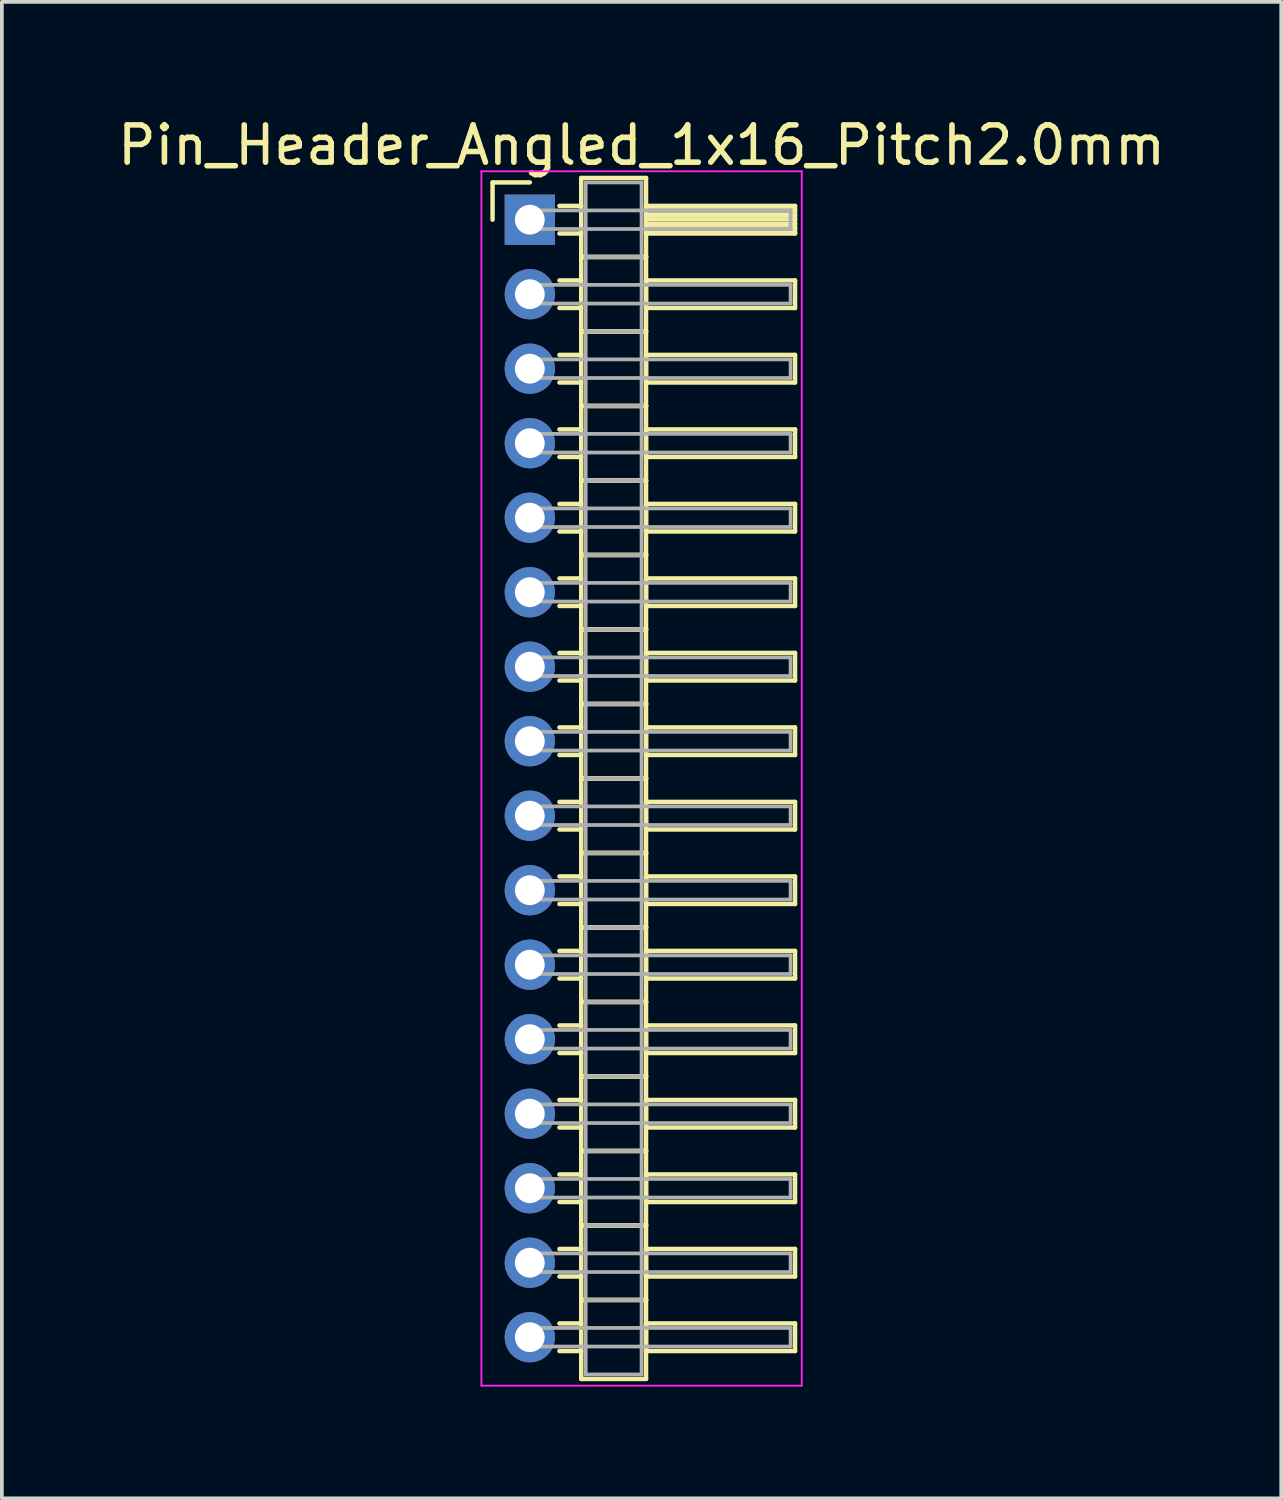
<source format=kicad_pcb>
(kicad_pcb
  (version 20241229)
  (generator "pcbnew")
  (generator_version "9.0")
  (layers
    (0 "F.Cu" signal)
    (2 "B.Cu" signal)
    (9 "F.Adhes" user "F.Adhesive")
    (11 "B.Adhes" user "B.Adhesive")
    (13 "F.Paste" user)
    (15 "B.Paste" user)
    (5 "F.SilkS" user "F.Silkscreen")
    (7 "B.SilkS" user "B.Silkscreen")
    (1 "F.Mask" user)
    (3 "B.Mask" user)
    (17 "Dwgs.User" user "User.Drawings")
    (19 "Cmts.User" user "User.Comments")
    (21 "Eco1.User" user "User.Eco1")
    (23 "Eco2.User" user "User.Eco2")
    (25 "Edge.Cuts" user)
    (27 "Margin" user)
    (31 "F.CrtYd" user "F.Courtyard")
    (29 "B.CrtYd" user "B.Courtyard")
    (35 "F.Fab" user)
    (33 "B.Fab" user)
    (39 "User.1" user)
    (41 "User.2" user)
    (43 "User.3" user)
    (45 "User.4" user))
  (footprint "Pin_Header_Angled_1x16_Pitch2.0mm"
    (layer "F.Cu")
    (at 11.173 2.848)
    (property "Reference" "Pin_Header_Angled_1x16_Pitch2.0mm" (at 3 -2 0) (layer "F.SilkS") (effects (font (size 1 1) (thickness 0.15))))
    (attr through_hole)
    (fp_line (start -1 -1) (end 0 -1) (stroke (width 0.12) (type solid)) (layer "F.SilkS"))
    (fp_line (start -1 0) (end -1 -1) (stroke (width 0.12) (type solid)) (layer "F.SilkS"))
    (fp_line (start 0.795 -0.37) (end 1.38 -0.37) (stroke (width 0.12) (type solid)) (layer "F.SilkS"))
    (fp_line (start 0.795 0.37) (end 1.38 0.37) (stroke (width 0.12) (type solid)) (layer "F.SilkS"))
    (fp_line (start 0.795 1.63) (end 1.38 1.63) (stroke (width 0.12) (type solid)) (layer "F.SilkS"))
    (fp_line (start 0.795 2.37) (end 1.38 2.37) (stroke (width 0.12) (type solid)) (layer "F.SilkS"))
    (fp_line (start 0.795 3.63) (end 1.38 3.63) (stroke (width 0.12) (type solid)) (layer "F.SilkS"))
    (fp_line (start 0.795 4.37) (end 1.38 4.37) (stroke (width 0.12) (type solid)) (layer "F.SilkS"))
    (fp_line (start 0.795 5.63) (end 1.38 5.63) (stroke (width 0.12) (type solid)) (layer "F.SilkS"))
    (fp_line (start 0.795 6.37) (end 1.38 6.37) (stroke (width 0.12) (type solid)) (layer "F.SilkS"))
    (fp_line (start 0.795 7.63) (end 1.38 7.63) (stroke (width 0.12) (type solid)) (layer "F.SilkS"))
    (fp_line (start 0.795 8.37) (end 1.38 8.37) (stroke (width 0.12) (type solid)) (layer "F.SilkS"))
    (fp_line (start 0.795 9.63) (end 1.38 9.63) (stroke (width 0.12) (type solid)) (layer "F.SilkS"))
    (fp_line (start 0.795 10.37) (end 1.38 10.37) (stroke (width 0.12) (type solid)) (layer "F.SilkS"))
    (fp_line (start 0.795 11.63) (end 1.38 11.63) (stroke (width 0.12) (type solid)) (layer "F.SilkS"))
    (fp_line (start 0.795 12.37) (end 1.38 12.37) (stroke (width 0.12) (type solid)) (layer "F.SilkS"))
    (fp_line (start 0.795 13.63) (end 1.38 13.63) (stroke (width 0.12) (type solid)) (layer "F.SilkS"))
    (fp_line (start 0.795 14.37) (end 1.38 14.37) (stroke (width 0.12) (type solid)) (layer "F.SilkS"))
    (fp_line (start 0.795 15.63) (end 1.38 15.63) (stroke (width 0.12) (type solid)) (layer "F.SilkS"))
    (fp_line (start 0.795 16.37) (end 1.38 16.37) (stroke (width 0.12) (type solid)) (layer "F.SilkS"))
    (fp_line (start 0.795 17.63) (end 1.38 17.63) (stroke (width 0.12) (type solid)) (layer "F.SilkS"))
    (fp_line (start 0.795 18.37) (end 1.38 18.37) (stroke (width 0.12) (type solid)) (layer "F.SilkS"))
    (fp_line (start 0.795 19.63) (end 1.38 19.63) (stroke (width 0.12) (type solid)) (layer "F.SilkS"))
    (fp_line (start 0.795 20.37) (end 1.38 20.37) (stroke (width 0.12) (type solid)) (layer "F.SilkS"))
    (fp_line (start 0.795 21.63) (end 1.38 21.63) (stroke (width 0.12) (type solid)) (layer "F.SilkS"))
    (fp_line (start 0.795 22.37) (end 1.38 22.37) (stroke (width 0.12) (type solid)) (layer "F.SilkS"))
    (fp_line (start 0.795 23.63) (end 1.38 23.63) (stroke (width 0.12) (type solid)) (layer "F.SilkS"))
    (fp_line (start 0.795 24.37) (end 1.38 24.37) (stroke (width 0.12) (type solid)) (layer "F.SilkS"))
    (fp_line (start 0.795 25.63) (end 1.38 25.63) (stroke (width 0.12) (type solid)) (layer "F.SilkS"))
    (fp_line (start 0.795 26.37) (end 1.38 26.37) (stroke (width 0.12) (type solid)) (layer "F.SilkS"))
    (fp_line (start 0.795 27.63) (end 1.38 27.63) (stroke (width 0.12) (type solid)) (layer "F.SilkS"))
    (fp_line (start 0.795 28.37) (end 1.38 28.37) (stroke (width 0.12) (type solid)) (layer "F.SilkS"))
    (fp_line (start 0.795 29.63) (end 1.38 29.63) (stroke (width 0.12) (type solid)) (layer "F.SilkS"))
    (fp_line (start 0.795 30.37) (end 1.38 30.37) (stroke (width 0.12) (type solid)) (layer "F.SilkS"))
    (fp_line (start 1.38 -1.12) (end 1.38 1) (stroke (width 0.12) (type solid)) (layer "F.SilkS"))
    (fp_line (start 1.38 1) (end 1.38 3) (stroke (width 0.12) (type solid)) (layer "F.SilkS"))
    (fp_line (start 1.38 1) (end 3.12 1) (stroke (width 0.12) (type solid)) (layer "F.SilkS"))
    (fp_line (start 1.38 3) (end 1.38 5) (stroke (width 0.12) (type solid)) (layer "F.SilkS"))
    (fp_line (start 1.38 3) (end 3.12 3) (stroke (width 0.12) (type solid)) (layer "F.SilkS"))
    (fp_line (start 1.38 5) (end 1.38 7) (stroke (width 0.12) (type solid)) (layer "F.SilkS"))
    (fp_line (start 1.38 5) (end 3.12 5) (stroke (width 0.12) (type solid)) (layer "F.SilkS"))
    (fp_line (start 1.38 7) (end 1.38 9) (stroke (width 0.12) (type solid)) (layer "F.SilkS"))
    (fp_line (start 1.38 7) (end 3.12 7) (stroke (width 0.12) (type solid)) (layer "F.SilkS"))
    (fp_line (start 1.38 9) (end 1.38 11) (stroke (width 0.12) (type solid)) (layer "F.SilkS"))
    (fp_line (start 1.38 9) (end 3.12 9) (stroke (width 0.12) (type solid)) (layer "F.SilkS"))
    (fp_line (start 1.38 11) (end 1.38 13) (stroke (width 0.12) (type solid)) (layer "F.SilkS"))
    (fp_line (start 1.38 11) (end 3.12 11) (stroke (width 0.12) (type solid)) (layer "F.SilkS"))
    (fp_line (start 1.38 13) (end 1.38 15) (stroke (width 0.12) (type solid)) (layer "F.SilkS"))
    (fp_line (start 1.38 13) (end 3.12 13) (stroke (width 0.12) (type solid)) (layer "F.SilkS"))
    (fp_line (start 1.38 15) (end 1.38 17) (stroke (width 0.12) (type solid)) (layer "F.SilkS"))
    (fp_line (start 1.38 15) (end 3.12 15) (stroke (width 0.12) (type solid)) (layer "F.SilkS"))
    (fp_line (start 1.38 17) (end 1.38 19) (stroke (width 0.12) (type solid)) (layer "F.SilkS"))
    (fp_line (start 1.38 17) (end 3.12 17) (stroke (width 0.12) (type solid)) (layer "F.SilkS"))
    (fp_line (start 1.38 19) (end 1.38 21) (stroke (width 0.12) (type solid)) (layer "F.SilkS"))
    (fp_line (start 1.38 19) (end 3.12 19) (stroke (width 0.12) (type solid)) (layer "F.SilkS"))
    (fp_line (start 1.38 21) (end 1.38 23) (stroke (width 0.12) (type solid)) (layer "F.SilkS"))
    (fp_line (start 1.38 21) (end 3.12 21) (stroke (width 0.12) (type solid)) (layer "F.SilkS"))
    (fp_line (start 1.38 23) (end 1.38 25) (stroke (width 0.12) (type solid)) (layer "F.SilkS"))
    (fp_line (start 1.38 23) (end 3.12 23) (stroke (width 0.12) (type solid)) (layer "F.SilkS"))
    (fp_line (start 1.38 25) (end 1.38 27) (stroke (width 0.12) (type solid)) (layer "F.SilkS"))
    (fp_line (start 1.38 25) (end 3.12 25) (stroke (width 0.12) (type solid)) (layer "F.SilkS"))
    (fp_line (start 1.38 27) (end 1.38 29) (stroke (width 0.12) (type solid)) (layer "F.SilkS"))
    (fp_line (start 1.38 27) (end 3.12 27) (stroke (width 0.12) (type solid)) (layer "F.SilkS"))
    (fp_line (start 1.38 29) (end 1.38 31.12) (stroke (width 0.12) (type solid)) (layer "F.SilkS"))
    (fp_line (start 1.38 29) (end 3.12 29) (stroke (width 0.12) (type solid)) (layer "F.SilkS"))
    (fp_line (start 1.38 31.12) (end 3.12 31.12) (stroke (width 0.12) (type solid)) (layer "F.SilkS"))
    (fp_line (start 3.12 -1.12) (end 1.38 -1.12) (stroke (width 0.12) (type solid)) (layer "F.SilkS"))
    (fp_line (start 3.12 -0.37) (end 3.12 0.37) (stroke (width 0.12) (type solid)) (layer "F.SilkS"))
    (fp_line (start 3.12 -0.25) (end 7.12 -0.25) (stroke (width 0.12) (type solid)) (layer "F.SilkS"))
    (fp_line (start 3.12 -0.13) (end 7.12 -0.13) (stroke (width 0.12) (type solid)) (layer "F.SilkS"))
    (fp_line (start 3.12 -0.01) (end 7.12 -0.01) (stroke (width 0.12) (type solid)) (layer "F.SilkS"))
    (fp_line (start 3.12 0.11) (end 7.12 0.11) (stroke (width 0.12) (type solid)) (layer "F.SilkS"))
    (fp_line (start 3.12 0.23) (end 7.12 0.23) (stroke (width 0.12) (type solid)) (layer "F.SilkS"))
    (fp_line (start 3.12 0.35) (end 7.12 0.35) (stroke (width 0.12) (type solid)) (layer "F.SilkS"))
    (fp_line (start 3.12 0.37) (end 7.12 0.37) (stroke (width 0.12) (type solid)) (layer "F.SilkS"))
    (fp_line (start 3.12 1) (end 1.38 1) (stroke (width 0.12) (type solid)) (layer "F.SilkS"))
    (fp_line (start 3.12 1) (end 3.12 -1.12) (stroke (width 0.12) (type solid)) (layer "F.SilkS"))
    (fp_line (start 3.12 1.63) (end 3.12 2.37) (stroke (width 0.12) (type solid)) (layer "F.SilkS"))
    (fp_line (start 3.12 2.37) (end 7.12 2.37) (stroke (width 0.12) (type solid)) (layer "F.SilkS"))
    (fp_line (start 3.12 3) (end 1.38 3) (stroke (width 0.12) (type solid)) (layer "F.SilkS"))
    (fp_line (start 3.12 3) (end 3.12 1) (stroke (width 0.12) (type solid)) (layer "F.SilkS"))
    (fp_line (start 3.12 3.63) (end 3.12 4.37) (stroke (width 0.12) (type solid)) (layer "F.SilkS"))
    (fp_line (start 3.12 4.37) (end 7.12 4.37) (stroke (width 0.12) (type solid)) (layer "F.SilkS"))
    (fp_line (start 3.12 5) (end 1.38 5) (stroke (width 0.12) (type solid)) (layer "F.SilkS"))
    (fp_line (start 3.12 5) (end 3.12 3) (stroke (width 0.12) (type solid)) (layer "F.SilkS"))
    (fp_line (start 3.12 5.63) (end 3.12 6.37) (stroke (width 0.12) (type solid)) (layer "F.SilkS"))
    (fp_line (start 3.12 6.37) (end 7.12 6.37) (stroke (width 0.12) (type solid)) (layer "F.SilkS"))
    (fp_line (start 3.12 7) (end 1.38 7) (stroke (width 0.12) (type solid)) (layer "F.SilkS"))
    (fp_line (start 3.12 7) (end 3.12 5) (stroke (width 0.12) (type solid)) (layer "F.SilkS"))
    (fp_line (start 3.12 7.63) (end 3.12 8.37) (stroke (width 0.12) (type solid)) (layer "F.SilkS"))
    (fp_line (start 3.12 8.37) (end 7.12 8.37) (stroke (width 0.12) (type solid)) (layer "F.SilkS"))
    (fp_line (start 3.12 9) (end 1.38 9) (stroke (width 0.12) (type solid)) (layer "F.SilkS"))
    (fp_line (start 3.12 9) (end 3.12 7) (stroke (width 0.12) (type solid)) (layer "F.SilkS"))
    (fp_line (start 3.12 9.63) (end 3.12 10.37) (stroke (width 0.12) (type solid)) (layer "F.SilkS"))
    (fp_line (start 3.12 10.37) (end 7.12 10.37) (stroke (width 0.12) (type solid)) (layer "F.SilkS"))
    (fp_line (start 3.12 11) (end 1.38 11) (stroke (width 0.12) (type solid)) (layer "F.SilkS"))
    (fp_line (start 3.12 11) (end 3.12 9) (stroke (width 0.12) (type solid)) (layer "F.SilkS"))
    (fp_line (start 3.12 11.63) (end 3.12 12.37) (stroke (width 0.12) (type solid)) (layer "F.SilkS"))
    (fp_line (start 3.12 12.37) (end 7.12 12.37) (stroke (width 0.12) (type solid)) (layer "F.SilkS"))
    (fp_line (start 3.12 13) (end 1.38 13) (stroke (width 0.12) (type solid)) (layer "F.SilkS"))
    (fp_line (start 3.12 13) (end 3.12 11) (stroke (width 0.12) (type solid)) (layer "F.SilkS"))
    (fp_line (start 3.12 13.63) (end 3.12 14.37) (stroke (width 0.12) (type solid)) (layer "F.SilkS"))
    (fp_line (start 3.12 14.37) (end 7.12 14.37) (stroke (width 0.12) (type solid)) (layer "F.SilkS"))
    (fp_line (start 3.12 15) (end 1.38 15) (stroke (width 0.12) (type solid)) (layer "F.SilkS"))
    (fp_line (start 3.12 15) (end 3.12 13) (stroke (width 0.12) (type solid)) (layer "F.SilkS"))
    (fp_line (start 3.12 15.63) (end 3.12 16.37) (stroke (width 0.12) (type solid)) (layer "F.SilkS"))
    (fp_line (start 3.12 16.37) (end 7.12 16.37) (stroke (width 0.12) (type solid)) (layer "F.SilkS"))
    (fp_line (start 3.12 17) (end 1.38 17) (stroke (width 0.12) (type solid)) (layer "F.SilkS"))
    (fp_line (start 3.12 17) (end 3.12 15) (stroke (width 0.12) (type solid)) (layer "F.SilkS"))
    (fp_line (start 3.12 17.63) (end 3.12 18.37) (stroke (width 0.12) (type solid)) (layer "F.SilkS"))
    (fp_line (start 3.12 18.37) (end 7.12 18.37) (stroke (width 0.12) (type solid)) (layer "F.SilkS"))
    (fp_line (start 3.12 19) (end 1.38 19) (stroke (width 0.12) (type solid)) (layer "F.SilkS"))
    (fp_line (start 3.12 19) (end 3.12 17) (stroke (width 0.12) (type solid)) (layer "F.SilkS"))
    (fp_line (start 3.12 19.63) (end 3.12 20.37) (stroke (width 0.12) (type solid)) (layer "F.SilkS"))
    (fp_line (start 3.12 20.37) (end 7.12 20.37) (stroke (width 0.12) (type solid)) (layer "F.SilkS"))
    (fp_line (start 3.12 21) (end 1.38 21) (stroke (width 0.12) (type solid)) (layer "F.SilkS"))
    (fp_line (start 3.12 21) (end 3.12 19) (stroke (width 0.12) (type solid)) (layer "F.SilkS"))
    (fp_line (start 3.12 21.63) (end 3.12 22.37) (stroke (width 0.12) (type solid)) (layer "F.SilkS"))
    (fp_line (start 3.12 22.37) (end 7.12 22.37) (stroke (width 0.12) (type solid)) (layer "F.SilkS"))
    (fp_line (start 3.12 23) (end 1.38 23) (stroke (width 0.12) (type solid)) (layer "F.SilkS"))
    (fp_line (start 3.12 23) (end 3.12 21) (stroke (width 0.12) (type solid)) (layer "F.SilkS"))
    (fp_line (start 3.12 23.63) (end 3.12 24.37) (stroke (width 0.12) (type solid)) (layer "F.SilkS"))
    (fp_line (start 3.12 24.37) (end 7.12 24.37) (stroke (width 0.12) (type solid)) (layer "F.SilkS"))
    (fp_line (start 3.12 25) (end 1.38 25) (stroke (width 0.12) (type solid)) (layer "F.SilkS"))
    (fp_line (start 3.12 25) (end 3.12 23) (stroke (width 0.12) (type solid)) (layer "F.SilkS"))
    (fp_line (start 3.12 25.63) (end 3.12 26.37) (stroke (width 0.12) (type solid)) (layer "F.SilkS"))
    (fp_line (start 3.12 26.37) (end 7.12 26.37) (stroke (width 0.12) (type solid)) (layer "F.SilkS"))
    (fp_line (start 3.12 27) (end 1.38 27) (stroke (width 0.12) (type solid)) (layer "F.SilkS"))
    (fp_line (start 3.12 27) (end 3.12 25) (stroke (width 0.12) (type solid)) (layer "F.SilkS"))
    (fp_line (start 3.12 27.63) (end 3.12 28.37) (stroke (width 0.12) (type solid)) (layer "F.SilkS"))
    (fp_line (start 3.12 28.37) (end 7.12 28.37) (stroke (width 0.12) (type solid)) (layer "F.SilkS"))
    (fp_line (start 3.12 29) (end 1.38 29) (stroke (width 0.12) (type solid)) (layer "F.SilkS"))
    (fp_line (start 3.12 29) (end 3.12 27) (stroke (width 0.12) (type solid)) (layer "F.SilkS"))
    (fp_line (start 3.12 29.63) (end 3.12 30.37) (stroke (width 0.12) (type solid)) (layer "F.SilkS"))
    (fp_line (start 3.12 30.37) (end 7.12 30.37) (stroke (width 0.12) (type solid)) (layer "F.SilkS"))
    (fp_line (start 3.12 31.12) (end 3.12 29) (stroke (width 0.12) (type solid)) (layer "F.SilkS"))
    (fp_line (start 7.12 -0.37) (end 3.12 -0.37) (stroke (width 0.12) (type solid)) (layer "F.SilkS"))
    (fp_line (start 7.12 0.37) (end 7.12 -0.37) (stroke (width 0.12) (type solid)) (layer "F.SilkS"))
    (fp_line (start 7.12 1.63) (end 3.12 1.63) (stroke (width 0.12) (type solid)) (layer "F.SilkS"))
    (fp_line (start 7.12 2.37) (end 7.12 1.63) (stroke (width 0.12) (type solid)) (layer "F.SilkS"))
    (fp_line (start 7.12 3.63) (end 3.12 3.63) (stroke (width 0.12) (type solid)) (layer "F.SilkS"))
    (fp_line (start 7.12 4.37) (end 7.12 3.63) (stroke (width 0.12) (type solid)) (layer "F.SilkS"))
    (fp_line (start 7.12 5.63) (end 3.12 5.63) (stroke (width 0.12) (type solid)) (layer "F.SilkS"))
    (fp_line (start 7.12 6.37) (end 7.12 5.63) (stroke (width 0.12) (type solid)) (layer "F.SilkS"))
    (fp_line (start 7.12 7.63) (end 3.12 7.63) (stroke (width 0.12) (type solid)) (layer "F.SilkS"))
    (fp_line (start 7.12 8.37) (end 7.12 7.63) (stroke (width 0.12) (type solid)) (layer "F.SilkS"))
    (fp_line (start 7.12 9.63) (end 3.12 9.63) (stroke (width 0.12) (type solid)) (layer "F.SilkS"))
    (fp_line (start 7.12 10.37) (end 7.12 9.63) (stroke (width 0.12) (type solid)) (layer "F.SilkS"))
    (fp_line (start 7.12 11.63) (end 3.12 11.63) (stroke (width 0.12) (type solid)) (layer "F.SilkS"))
    (fp_line (start 7.12 12.37) (end 7.12 11.63) (stroke (width 0.12) (type solid)) (layer "F.SilkS"))
    (fp_line (start 7.12 13.63) (end 3.12 13.63) (stroke (width 0.12) (type solid)) (layer "F.SilkS"))
    (fp_line (start 7.12 14.37) (end 7.12 13.63) (stroke (width 0.12) (type solid)) (layer "F.SilkS"))
    (fp_line (start 7.12 15.63) (end 3.12 15.63) (stroke (width 0.12) (type solid)) (layer "F.SilkS"))
    (fp_line (start 7.12 16.37) (end 7.12 15.63) (stroke (width 0.12) (type solid)) (layer "F.SilkS"))
    (fp_line (start 7.12 17.63) (end 3.12 17.63) (stroke (width 0.12) (type solid)) (layer "F.SilkS"))
    (fp_line (start 7.12 18.37) (end 7.12 17.63) (stroke (width 0.12) (type solid)) (layer "F.SilkS"))
    (fp_line (start 7.12 19.63) (end 3.12 19.63) (stroke (width 0.12) (type solid)) (layer "F.SilkS"))
    (fp_line (start 7.12 20.37) (end 7.12 19.63) (stroke (width 0.12) (type solid)) (layer "F.SilkS"))
    (fp_line (start 7.12 21.63) (end 3.12 21.63) (stroke (width 0.12) (type solid)) (layer "F.SilkS"))
    (fp_line (start 7.12 22.37) (end 7.12 21.63) (stroke (width 0.12) (type solid)) (layer "F.SilkS"))
    (fp_line (start 7.12 23.63) (end 3.12 23.63) (stroke (width 0.12) (type solid)) (layer "F.SilkS"))
    (fp_line (start 7.12 24.37) (end 7.12 23.63) (stroke (width 0.12) (type solid)) (layer "F.SilkS"))
    (fp_line (start 7.12 25.63) (end 3.12 25.63) (stroke (width 0.12) (type solid)) (layer "F.SilkS"))
    (fp_line (start 7.12 26.37) (end 7.12 25.63) (stroke (width 0.12) (type solid)) (layer "F.SilkS"))
    (fp_line (start 7.12 27.63) (end 3.12 27.63) (stroke (width 0.12) (type solid)) (layer "F.SilkS"))
    (fp_line (start 7.12 28.37) (end 7.12 27.63) (stroke (width 0.12) (type solid)) (layer "F.SilkS"))
    (fp_line (start 7.12 29.63) (end 3.12 29.63) (stroke (width 0.12) (type solid)) (layer "F.SilkS"))
    (fp_line (start 7.12 30.37) (end 7.12 29.63) (stroke (width 0.12) (type solid)) (layer "F.SilkS"))
    (fp_line (start -1.3 -1.3) (end -1.3 31.3) (stroke (width 0.05) (type solid)) (layer "F.CrtYd"))
    (fp_line (start -1.3 31.3) (end 7.3 31.3) (stroke (width 0.05) (type solid)) (layer "F.CrtYd"))
    (fp_line (start 7.3 -1.3) (end -1.3 -1.3) (stroke (width 0.05) (type solid)) (layer "F.CrtYd"))
    (fp_line (start 7.3 31.3) (end 7.3 -1.3) (stroke (width 0.05) (type solid)) (layer "F.CrtYd"))
    (fp_line (start 0 -0.25) (end 0 0.25) (stroke (width 0.1) (type solid)) (layer "F.Fab"))
    (fp_line (start 0 0.25) (end 7 0.25) (stroke (width 0.1) (type solid)) (layer "F.Fab"))
    (fp_line (start 0 1.75) (end 0 2.25) (stroke (width 0.1) (type solid)) (layer "F.Fab"))
    (fp_line (start 0 2.25) (end 7 2.25) (stroke (width 0.1) (type solid)) (layer "F.Fab"))
    (fp_line (start 0 3.75) (end 0 4.25) (stroke (width 0.1) (type solid)) (layer "F.Fab"))
    (fp_line (start 0 4.25) (end 7 4.25) (stroke (width 0.1) (type solid)) (layer "F.Fab"))
    (fp_line (start 0 5.75) (end 0 6.25) (stroke (width 0.1) (type solid)) (layer "F.Fab"))
    (fp_line (start 0 6.25) (end 7 6.25) (stroke (width 0.1) (type solid)) (layer "F.Fab"))
    (fp_line (start 0 7.75) (end 0 8.25) (stroke (width 0.1) (type solid)) (layer "F.Fab"))
    (fp_line (start 0 8.25) (end 7 8.25) (stroke (width 0.1) (type solid)) (layer "F.Fab"))
    (fp_line (start 0 9.75) (end 0 10.25) (stroke (width 0.1) (type solid)) (layer "F.Fab"))
    (fp_line (start 0 10.25) (end 7 10.25) (stroke (width 0.1) (type solid)) (layer "F.Fab"))
    (fp_line (start 0 11.75) (end 0 12.25) (stroke (width 0.1) (type solid)) (layer "F.Fab"))
    (fp_line (start 0 12.25) (end 7 12.25) (stroke (width 0.1) (type solid)) (layer "F.Fab"))
    (fp_line (start 0 13.75) (end 0 14.25) (stroke (width 0.1) (type solid)) (layer "F.Fab"))
    (fp_line (start 0 14.25) (end 7 14.25) (stroke (width 0.1) (type solid)) (layer "F.Fab"))
    (fp_line (start 0 15.75) (end 0 16.25) (stroke (width 0.1) (type solid)) (layer "F.Fab"))
    (fp_line (start 0 16.25) (end 7 16.25) (stroke (width 0.1) (type solid)) (layer "F.Fab"))
    (fp_line (start 0 17.75) (end 0 18.25) (stroke (width 0.1) (type solid)) (layer "F.Fab"))
    (fp_line (start 0 18.25) (end 7 18.25) (stroke (width 0.1) (type solid)) (layer "F.Fab"))
    (fp_line (start 0 19.75) (end 0 20.25) (stroke (width 0.1) (type solid)) (layer "F.Fab"))
    (fp_line (start 0 20.25) (end 7 20.25) (stroke (width 0.1) (type solid)) (layer "F.Fab"))
    (fp_line (start 0 21.75) (end 0 22.25) (stroke (width 0.1) (type solid)) (layer "F.Fab"))
    (fp_line (start 0 22.25) (end 7 22.25) (stroke (width 0.1) (type solid)) (layer "F.Fab"))
    (fp_line (start 0 23.75) (end 0 24.25) (stroke (width 0.1) (type solid)) (layer "F.Fab"))
    (fp_line (start 0 24.25) (end 7 24.25) (stroke (width 0.1) (type solid)) (layer "F.Fab"))
    (fp_line (start 0 25.75) (end 0 26.25) (stroke (width 0.1) (type solid)) (layer "F.Fab"))
    (fp_line (start 0 26.25) (end 7 26.25) (stroke (width 0.1) (type solid)) (layer "F.Fab"))
    (fp_line (start 0 27.75) (end 0 28.25) (stroke (width 0.1) (type solid)) (layer "F.Fab"))
    (fp_line (start 0 28.25) (end 7 28.25) (stroke (width 0.1) (type solid)) (layer "F.Fab"))
    (fp_line (start 0 29.75) (end 0 30.25) (stroke (width 0.1) (type solid)) (layer "F.Fab"))
    (fp_line (start 0 30.25) (end 7 30.25) (stroke (width 0.1) (type solid)) (layer "F.Fab"))
    (fp_line (start 1.5 -1) (end 1.5 1) (stroke (width 0.1) (type solid)) (layer "F.Fab"))
    (fp_line (start 1.5 1) (end 1.5 3) (stroke (width 0.1) (type solid)) (layer "F.Fab"))
    (fp_line (start 1.5 1) (end 3 1) (stroke (width 0.1) (type solid)) (layer "F.Fab"))
    (fp_line (start 1.5 3) (end 1.5 5) (stroke (width 0.1) (type solid)) (layer "F.Fab"))
    (fp_line (start 1.5 3) (end 3 3) (stroke (width 0.1) (type solid)) (layer "F.Fab"))
    (fp_line (start 1.5 5) (end 1.5 7) (stroke (width 0.1) (type solid)) (layer "F.Fab"))
    (fp_line (start 1.5 5) (end 3 5) (stroke (width 0.1) (type solid)) (layer "F.Fab"))
    (fp_line (start 1.5 7) (end 1.5 9) (stroke (width 0.1) (type solid)) (layer "F.Fab"))
    (fp_line (start 1.5 7) (end 3 7) (stroke (width 0.1) (type solid)) (layer "F.Fab"))
    (fp_line (start 1.5 9) (end 1.5 11) (stroke (width 0.1) (type solid)) (layer "F.Fab"))
    (fp_line (start 1.5 9) (end 3 9) (stroke (width 0.1) (type solid)) (layer "F.Fab"))
    (fp_line (start 1.5 11) (end 1.5 13) (stroke (width 0.1) (type solid)) (layer "F.Fab"))
    (fp_line (start 1.5 11) (end 3 11) (stroke (width 0.1) (type solid)) (layer "F.Fab"))
    (fp_line (start 1.5 13) (end 1.5 15) (stroke (width 0.1) (type solid)) (layer "F.Fab"))
    (fp_line (start 1.5 13) (end 3 13) (stroke (width 0.1) (type solid)) (layer "F.Fab"))
    (fp_line (start 1.5 15) (end 1.5 17) (stroke (width 0.1) (type solid)) (layer "F.Fab"))
    (fp_line (start 1.5 15) (end 3 15) (stroke (width 0.1) (type solid)) (layer "F.Fab"))
    (fp_line (start 1.5 17) (end 1.5 19) (stroke (width 0.1) (type solid)) (layer "F.Fab"))
    (fp_line (start 1.5 17) (end 3 17) (stroke (width 0.1) (type solid)) (layer "F.Fab"))
    (fp_line (start 1.5 19) (end 1.5 21) (stroke (width 0.1) (type solid)) (layer "F.Fab"))
    (fp_line (start 1.5 19) (end 3 19) (stroke (width 0.1) (type solid)) (layer "F.Fab"))
    (fp_line (start 1.5 21) (end 1.5 23) (stroke (width 0.1) (type solid)) (layer "F.Fab"))
    (fp_line (start 1.5 21) (end 3 21) (stroke (width 0.1) (type solid)) (layer "F.Fab"))
    (fp_line (start 1.5 23) (end 1.5 25) (stroke (width 0.1) (type solid)) (layer "F.Fab"))
    (fp_line (start 1.5 23) (end 3 23) (stroke (width 0.1) (type solid)) (layer "F.Fab"))
    (fp_line (start 1.5 25) (end 1.5 27) (stroke (width 0.1) (type solid)) (layer "F.Fab"))
    (fp_line (start 1.5 25) (end 3 25) (stroke (width 0.1) (type solid)) (layer "F.Fab"))
    (fp_line (start 1.5 27) (end 1.5 29) (stroke (width 0.1) (type solid)) (layer "F.Fab"))
    (fp_line (start 1.5 27) (end 3 27) (stroke (width 0.1) (type solid)) (layer "F.Fab"))
    (fp_line (start 1.5 29) (end 1.5 31) (stroke (width 0.1) (type solid)) (layer "F.Fab"))
    (fp_line (start 1.5 29) (end 3 29) (stroke (width 0.1) (type solid)) (layer "F.Fab"))
    (fp_line (start 1.5 31) (end 3 31) (stroke (width 0.1) (type solid)) (layer "F.Fab"))
    (fp_line (start 3 -1) (end 1.5 -1) (stroke (width 0.1) (type solid)) (layer "F.Fab"))
    (fp_line (start 3 1) (end 1.5 1) (stroke (width 0.1) (type solid)) (layer "F.Fab"))
    (fp_line (start 3 1) (end 3 -1) (stroke (width 0.1) (type solid)) (layer "F.Fab"))
    (fp_line (start 3 3) (end 1.5 3) (stroke (width 0.1) (type solid)) (layer "F.Fab"))
    (fp_line (start 3 3) (end 3 1) (stroke (width 0.1) (type solid)) (layer "F.Fab"))
    (fp_line (start 3 5) (end 1.5 5) (stroke (width 0.1) (type solid)) (layer "F.Fab"))
    (fp_line (start 3 5) (end 3 3) (stroke (width 0.1) (type solid)) (layer "F.Fab"))
    (fp_line (start 3 7) (end 1.5 7) (stroke (width 0.1) (type solid)) (layer "F.Fab"))
    (fp_line (start 3 7) (end 3 5) (stroke (width 0.1) (type solid)) (layer "F.Fab"))
    (fp_line (start 3 9) (end 1.5 9) (stroke (width 0.1) (type solid)) (layer "F.Fab"))
    (fp_line (start 3 9) (end 3 7) (stroke (width 0.1) (type solid)) (layer "F.Fab"))
    (fp_line (start 3 11) (end 1.5 11) (stroke (width 0.1) (type solid)) (layer "F.Fab"))
    (fp_line (start 3 11) (end 3 9) (stroke (width 0.1) (type solid)) (layer "F.Fab"))
    (fp_line (start 3 13) (end 1.5 13) (stroke (width 0.1) (type solid)) (layer "F.Fab"))
    (fp_line (start 3 13) (end 3 11) (stroke (width 0.1) (type solid)) (layer "F.Fab"))
    (fp_line (start 3 15) (end 1.5 15) (stroke (width 0.1) (type solid)) (layer "F.Fab"))
    (fp_line (start 3 15) (end 3 13) (stroke (width 0.1) (type solid)) (layer "F.Fab"))
    (fp_line (start 3 17) (end 1.5 17) (stroke (width 0.1) (type solid)) (layer "F.Fab"))
    (fp_line (start 3 17) (end 3 15) (stroke (width 0.1) (type solid)) (layer "F.Fab"))
    (fp_line (start 3 19) (end 1.5 19) (stroke (width 0.1) (type solid)) (layer "F.Fab"))
    (fp_line (start 3 19) (end 3 17) (stroke (width 0.1) (type solid)) (layer "F.Fab"))
    (fp_line (start 3 21) (end 1.5 21) (stroke (width 0.1) (type solid)) (layer "F.Fab"))
    (fp_line (start 3 21) (end 3 19) (stroke (width 0.1) (type solid)) (layer "F.Fab"))
    (fp_line (start 3 23) (end 1.5 23) (stroke (width 0.1) (type solid)) (layer "F.Fab"))
    (fp_line (start 3 23) (end 3 21) (stroke (width 0.1) (type solid)) (layer "F.Fab"))
    (fp_line (start 3 25) (end 1.5 25) (stroke (width 0.1) (type solid)) (layer "F.Fab"))
    (fp_line (start 3 25) (end 3 23) (stroke (width 0.1) (type solid)) (layer "F.Fab"))
    (fp_line (start 3 27) (end 1.5 27) (stroke (width 0.1) (type solid)) (layer "F.Fab"))
    (fp_line (start 3 27) (end 3 25) (stroke (width 0.1) (type solid)) (layer "F.Fab"))
    (fp_line (start 3 29) (end 1.5 29) (stroke (width 0.1) (type solid)) (layer "F.Fab"))
    (fp_line (start 3 29) (end 3 27) (stroke (width 0.1) (type solid)) (layer "F.Fab"))
    (fp_line (start 3 31) (end 3 29) (stroke (width 0.1) (type solid)) (layer "F.Fab"))
    (fp_line (start 7 -0.25) (end 0 -0.25) (stroke (width 0.1) (type solid)) (layer "F.Fab"))
    (fp_line (start 7 0.25) (end 7 -0.25) (stroke (width 0.1) (type solid)) (layer "F.Fab"))
    (fp_line (start 7 1.75) (end 0 1.75) (stroke (width 0.1) (type solid)) (layer "F.Fab"))
    (fp_line (start 7 2.25) (end 7 1.75) (stroke (width 0.1) (type solid)) (layer "F.Fab"))
    (fp_line (start 7 3.75) (end 0 3.75) (stroke (width 0.1) (type solid)) (layer "F.Fab"))
    (fp_line (start 7 4.25) (end 7 3.75) (stroke (width 0.1) (type solid)) (layer "F.Fab"))
    (fp_line (start 7 5.75) (end 0 5.75) (stroke (width 0.1) (type solid)) (layer "F.Fab"))
    (fp_line (start 7 6.25) (end 7 5.75) (stroke (width 0.1) (type solid)) (layer "F.Fab"))
    (fp_line (start 7 7.75) (end 0 7.75) (stroke (width 0.1) (type solid)) (layer "F.Fab"))
    (fp_line (start 7 8.25) (end 7 7.75) (stroke (width 0.1) (type solid)) (layer "F.Fab"))
    (fp_line (start 7 9.75) (end 0 9.75) (stroke (width 0.1) (type solid)) (layer "F.Fab"))
    (fp_line (start 7 10.25) (end 7 9.75) (stroke (width 0.1) (type solid)) (layer "F.Fab"))
    (fp_line (start 7 11.75) (end 0 11.75) (stroke (width 0.1) (type solid)) (layer "F.Fab"))
    (fp_line (start 7 12.25) (end 7 11.75) (stroke (width 0.1) (type solid)) (layer "F.Fab"))
    (fp_line (start 7 13.75) (end 0 13.75) (stroke (width 0.1) (type solid)) (layer "F.Fab"))
    (fp_line (start 7 14.25) (end 7 13.75) (stroke (width 0.1) (type solid)) (layer "F.Fab"))
    (fp_line (start 7 15.75) (end 0 15.75) (stroke (width 0.1) (type solid)) (layer "F.Fab"))
    (fp_line (start 7 16.25) (end 7 15.75) (stroke (width 0.1) (type solid)) (layer "F.Fab"))
    (fp_line (start 7 17.75) (end 0 17.75) (stroke (width 0.1) (type solid)) (layer "F.Fab"))
    (fp_line (start 7 18.25) (end 7 17.75) (stroke (width 0.1) (type solid)) (layer "F.Fab"))
    (fp_line (start 7 19.75) (end 0 19.75) (stroke (width 0.1) (type solid)) (layer "F.Fab"))
    (fp_line (start 7 20.25) (end 7 19.75) (stroke (width 0.1) (type solid)) (layer "F.Fab"))
    (fp_line (start 7 21.75) (end 0 21.75) (stroke (width 0.1) (type solid)) (layer "F.Fab"))
    (fp_line (start 7 22.25) (end 7 21.75) (stroke (width 0.1) (type solid)) (layer "F.Fab"))
    (fp_line (start 7 23.75) (end 0 23.75) (stroke (width 0.1) (type solid)) (layer "F.Fab"))
    (fp_line (start 7 24.25) (end 7 23.75) (stroke (width 0.1) (type solid)) (layer "F.Fab"))
    (fp_line (start 7 25.75) (end 0 25.75) (stroke (width 0.1) (type solid)) (layer "F.Fab"))
    (fp_line (start 7 26.25) (end 7 25.75) (stroke (width 0.1) (type solid)) (layer "F.Fab"))
    (fp_line (start 7 27.75) (end 0 27.75) (stroke (width 0.1) (type solid)) (layer "F.Fab"))
    (fp_line (start 7 28.25) (end 7 27.75) (stroke (width 0.1) (type solid)) (layer "F.Fab"))
    (fp_line (start 7 29.75) (end 0 29.75) (stroke (width 0.1) (type solid)) (layer "F.Fab"))
    (fp_line (start 7 30.25) (end 7 29.75) (stroke (width 0.1) (type solid)) (layer "F.Fab"))
    (pad "1" thru_hole rect (at 0 0) (size 1.35 1.35) (drill 0.8) (layers "*.Cu" "*.Mask"))
    (pad "2" thru_hole oval (at 0 2) (size 1.35 1.35) (drill 0.8) (layers "*.Cu" "*.Mask"))
    (pad "3" thru_hole oval (at 0 4) (size 1.35 1.35) (drill 0.8) (layers "*.Cu" "*.Mask"))
    (pad "4" thru_hole oval (at 0 6) (size 1.35 1.35) (drill 0.8) (layers "*.Cu" "*.Mask"))
    (pad "5" thru_hole oval (at 0 8) (size 1.35 1.35) (drill 0.8) (layers "*.Cu" "*.Mask"))
    (pad "6" thru_hole oval (at 0 10) (size 1.35 1.35) (drill 0.8) (layers "*.Cu" "*.Mask"))
    (pad "7" thru_hole oval (at 0 12) (size 1.35 1.35) (drill 0.8) (layers "*.Cu" "*.Mask"))
    (pad "8" thru_hole oval (at 0 14) (size 1.35 1.35) (drill 0.8) (layers "*.Cu" "*.Mask"))
    (pad "9" thru_hole oval (at 0 16) (size 1.35 1.35) (drill 0.8) (layers "*.Cu" "*.Mask"))
    (pad "10" thru_hole oval (at 0 18) (size 1.35 1.35) (drill 0.8) (layers "*.Cu" "*.Mask"))
    (pad "11" thru_hole oval (at 0 20) (size 1.35 1.35) (drill 0.8) (layers "*.Cu" "*.Mask"))
    (pad "12" thru_hole oval (at 0 22) (size 1.35 1.35) (drill 0.8) (layers "*.Cu" "*.Mask"))
    (pad "13" thru_hole oval (at 0 24) (size 1.35 1.35) (drill 0.8) (layers "*.Cu" "*.Mask"))
    (pad "14" thru_hole oval (at 0 26) (size 1.35 1.35) (drill 0.8) (layers "*.Cu" "*.Mask"))
    (pad "15" thru_hole oval (at 0 28) (size 1.35 1.35) (drill 0.8) (layers "*.Cu" "*.Mask"))
    (pad "16" thru_hole oval (at 0 30) (size 1.35 1.35) (drill 0.8) (layers "*.Cu" "*.Mask")))
  (gr_rect
    (start -3 -3)
    (end 31.345 37.173)
    (stroke (width 0.1) (type default))
    (fill no)
    (layer "Edge.Cuts")))
</source>
